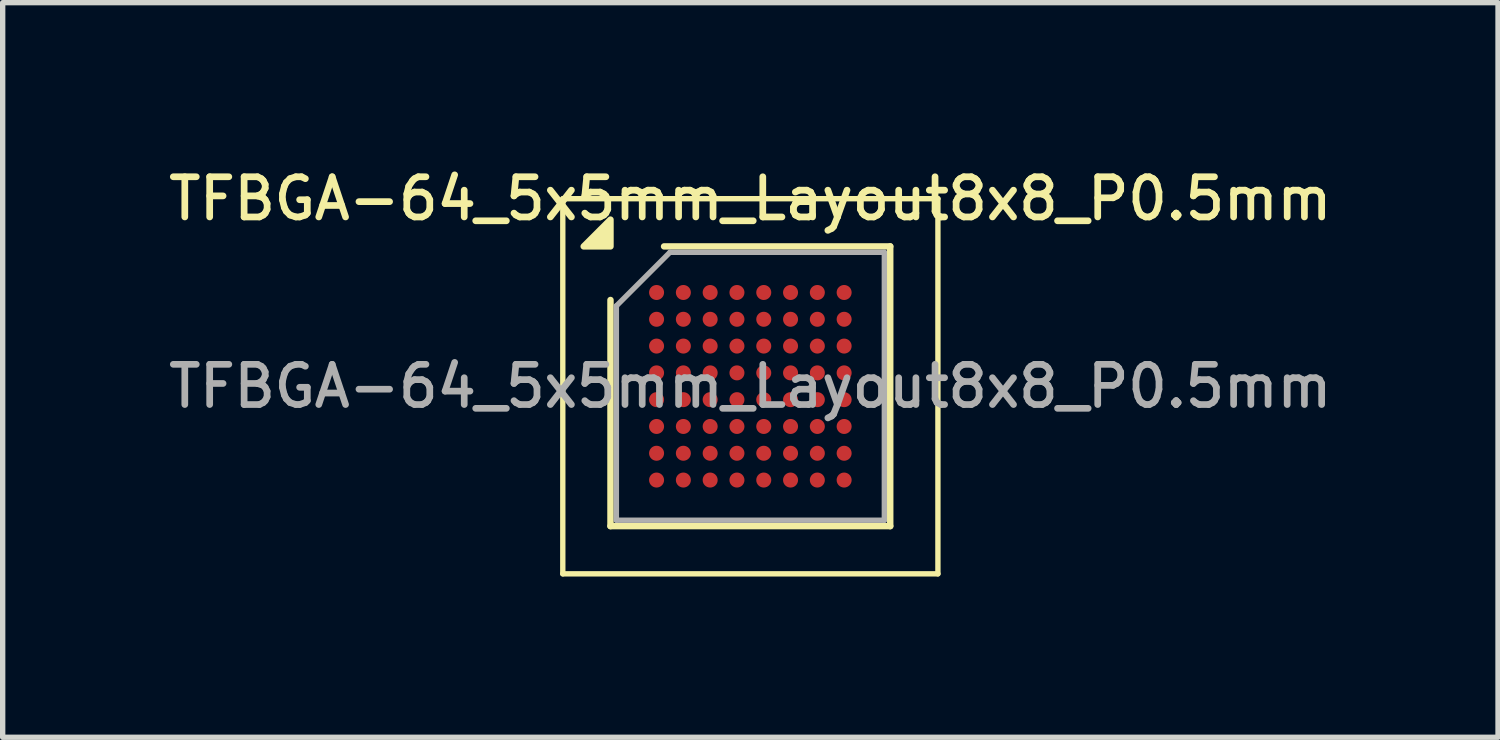
<source format=kicad_pcb>
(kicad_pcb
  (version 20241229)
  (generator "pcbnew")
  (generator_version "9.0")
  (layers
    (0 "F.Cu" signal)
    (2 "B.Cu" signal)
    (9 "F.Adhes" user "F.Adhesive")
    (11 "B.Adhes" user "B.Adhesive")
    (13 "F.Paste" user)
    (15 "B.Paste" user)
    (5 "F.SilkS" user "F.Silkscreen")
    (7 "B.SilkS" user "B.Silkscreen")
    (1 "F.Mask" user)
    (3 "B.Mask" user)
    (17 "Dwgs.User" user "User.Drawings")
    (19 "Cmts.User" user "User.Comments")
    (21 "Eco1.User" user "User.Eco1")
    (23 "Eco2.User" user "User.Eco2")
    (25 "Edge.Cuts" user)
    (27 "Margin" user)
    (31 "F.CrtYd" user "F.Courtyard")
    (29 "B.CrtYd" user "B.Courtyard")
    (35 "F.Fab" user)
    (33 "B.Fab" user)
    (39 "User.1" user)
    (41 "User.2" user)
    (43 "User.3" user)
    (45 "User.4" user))
  (footprint "TFBGA-64_5x5mm_Layout8x8_P0.5mm"
    (layer "F.Cu")
    (at 10.952 4.158)
    (property "Reference" "TFBGA-64_5x5mm_Layout8x8_P0.5mm" (at 0 -3.5 0) (layer "F.SilkS") (effects (font (size 0.75 0.75) (thickness 0.125))))
    (attr smd)
    (fp_line (start -3.5 -3.5) (end -3.5 3.5) (stroke (width 0.1) (type solid)) (layer "F.SilkS"))
    (fp_line (start -3.5 3.5) (end 3.5 3.5) (stroke (width 0.1) (type solid)) (layer "F.SilkS"))
    (fp_line (start -2.61 2.61) (end -2.61 -1.61) (stroke (width 0.12) (type solid)) (layer "F.SilkS"))
    (fp_line (start -1.61 -2.61) (end 2.61 -2.61) (stroke (width 0.12) (type solid)) (layer "F.SilkS"))
    (fp_line (start 2.61 -2.61) (end 2.61 2.61) (stroke (width 0.12) (type solid)) (layer "F.SilkS"))
    (fp_line (start 2.61 2.61) (end -2.61 2.61) (stroke (width 0.12) (type solid)) (layer "F.SilkS"))
    (fp_line (start 3.5 -3.5) (end -3.5 -3.5) (stroke (width 0.1) (type solid)) (layer "F.SilkS"))
    (fp_line (start 3.5 3.5) (end 3.5 -3.5) (stroke (width 0.1) (type solid)) (layer "F.SilkS"))
    (fp_poly (pts (xy -2.61 -2.61) (xy -3.11 -2.61) (xy -2.61 -3.11) (xy -2.61 -2.61)) (stroke (width 0.12) (type solid)) (fill yes) (layer "F.SilkS"))
    (fp_line (start -2.5 -1.5) (end -1.5 -2.5) (stroke (width 0.1) (type solid)) (layer "F.Fab"))
    (fp_line (start -2.5 2.5) (end -2.5 -1.5) (stroke (width 0.1) (type solid)) (layer "F.Fab"))
    (fp_line (start -1.5 -2.5) (end 2.5 -2.5) (stroke (width 0.1) (type solid)) (layer "F.Fab"))
    (fp_line (start 2.5 -2.5) (end 2.5 2.5) (stroke (width 0.1) (type solid)) (layer "F.Fab"))
    (fp_line (start 2.5 2.5) (end -2.5 2.5) (stroke (width 0.1) (type solid)) (layer "F.Fab"))
    (fp_text user "${REFERENCE}" (at 0 0 0) (layer "F.Fab") (effects (font (size 0.75 0.75) (thickness 0.125))))
    (pad "A1" smd circle (at -1.75 -1.75) (size 0.28 0.28) (property pad_prop_bga) (layers "F.Cu" "F.Mask" "F.Paste"))
    (pad "A2" smd circle (at -1.25 -1.75) (size 0.28 0.28) (property pad_prop_bga) (layers "F.Cu" "F.Mask" "F.Paste"))
    (pad "A3" smd circle (at -0.75 -1.75) (size 0.28 0.28) (property pad_prop_bga) (layers "F.Cu" "F.Mask" "F.Paste"))
    (pad "A4" smd circle (at -0.25 -1.75) (size 0.28 0.28) (property pad_prop_bga) (layers "F.Cu" "F.Mask" "F.Paste"))
    (pad "A5" smd circle (at 0.25 -1.75) (size 0.28 0.28) (property pad_prop_bga) (layers "F.Cu" "F.Mask" "F.Paste"))
    (pad "A6" smd circle (at 0.75 -1.75) (size 0.28 0.28) (property pad_prop_bga) (layers "F.Cu" "F.Mask" "F.Paste"))
    (pad "A7" smd circle (at 1.25 -1.75) (size 0.28 0.28) (property pad_prop_bga) (layers "F.Cu" "F.Mask" "F.Paste"))
    (pad "A8" smd circle (at 1.75 -1.75) (size 0.28 0.28) (property pad_prop_bga) (layers "F.Cu" "F.Mask" "F.Paste"))
    (pad "B1" smd circle (at -1.75 -1.25) (size 0.28 0.28) (property pad_prop_bga) (layers "F.Cu" "F.Mask" "F.Paste"))
    (pad "B2" smd circle (at -1.25 -1.25) (size 0.28 0.28) (property pad_prop_bga) (layers "F.Cu" "F.Mask" "F.Paste"))
    (pad "B3" smd circle (at -0.75 -1.25) (size 0.28 0.28) (property pad_prop_bga) (layers "F.Cu" "F.Mask" "F.Paste"))
    (pad "B4" smd circle (at -0.25 -1.25) (size 0.28 0.28) (property pad_prop_bga) (layers "F.Cu" "F.Mask" "F.Paste"))
    (pad "B5" smd circle (at 0.25 -1.25) (size 0.28 0.28) (property pad_prop_bga) (layers "F.Cu" "F.Mask" "F.Paste"))
    (pad "B6" smd circle (at 0.75 -1.25) (size 0.28 0.28) (property pad_prop_bga) (layers "F.Cu" "F.Mask" "F.Paste"))
    (pad "B7" smd circle (at 1.25 -1.25) (size 0.28 0.28) (property pad_prop_bga) (layers "F.Cu" "F.Mask" "F.Paste"))
    (pad "B8" smd circle (at 1.75 -1.25) (size 0.28 0.28) (property pad_prop_bga) (layers "F.Cu" "F.Mask" "F.Paste"))
    (pad "C1" smd circle (at -1.75 -0.75) (size 0.28 0.28) (property pad_prop_bga) (layers "F.Cu" "F.Mask" "F.Paste"))
    (pad "C2" smd circle (at -1.25 -0.75) (size 0.28 0.28) (property pad_prop_bga) (layers "F.Cu" "F.Mask" "F.Paste"))
    (pad "C3" smd circle (at -0.75 -0.75) (size 0.28 0.28) (property pad_prop_bga) (layers "F.Cu" "F.Mask" "F.Paste"))
    (pad "C4" smd circle (at -0.25 -0.75) (size 0.28 0.28) (property pad_prop_bga) (layers "F.Cu" "F.Mask" "F.Paste"))
    (pad "C5" smd circle (at 0.25 -0.75) (size 0.28 0.28) (property pad_prop_bga) (layers "F.Cu" "F.Mask" "F.Paste"))
    (pad "C6" smd circle (at 0.75 -0.75) (size 0.28 0.28) (property pad_prop_bga) (layers "F.Cu" "F.Mask" "F.Paste"))
    (pad "C7" smd circle (at 1.25 -0.75) (size 0.28 0.28) (property pad_prop_bga) (layers "F.Cu" "F.Mask" "F.Paste"))
    (pad "C8" smd circle (at 1.75 -0.75) (size 0.28 0.28) (property pad_prop_bga) (layers "F.Cu" "F.Mask" "F.Paste"))
    (pad "D1" smd circle (at -1.75 -0.25) (size 0.28 0.28) (property pad_prop_bga) (layers "F.Cu" "F.Mask" "F.Paste"))
    (pad "D2" smd circle (at -1.25 -0.25) (size 0.28 0.28) (property pad_prop_bga) (layers "F.Cu" "F.Mask" "F.Paste"))
    (pad "D3" smd circle (at -0.75 -0.25) (size 0.28 0.28) (property pad_prop_bga) (layers "F.Cu" "F.Mask" "F.Paste"))
    (pad "D4" smd circle (at -0.25 -0.25) (size 0.28 0.28) (property pad_prop_bga) (layers "F.Cu" "F.Mask" "F.Paste"))
    (pad "D5" smd circle (at 0.25 -0.25) (size 0.28 0.28) (property pad_prop_bga) (layers "F.Cu" "F.Mask" "F.Paste"))
    (pad "D6" smd circle (at 0.75 -0.25) (size 0.28 0.28) (property pad_prop_bga) (layers "F.Cu" "F.Mask" "F.Paste"))
    (pad "D7" smd circle (at 1.25 -0.25) (size 0.28 0.28) (property pad_prop_bga) (layers "F.Cu" "F.Mask" "F.Paste"))
    (pad "D8" smd circle (at 1.75 -0.25) (size 0.28 0.28) (property pad_prop_bga) (layers "F.Cu" "F.Mask" "F.Paste"))
    (pad "E1" smd circle (at -1.75 0.25) (size 0.28 0.28) (property pad_prop_bga) (layers "F.Cu" "F.Mask" "F.Paste"))
    (pad "E2" smd circle (at -1.25 0.25) (size 0.28 0.28) (property pad_prop_bga) (layers "F.Cu" "F.Mask" "F.Paste"))
    (pad "E3" smd circle (at -0.75 0.25) (size 0.28 0.28) (property pad_prop_bga) (layers "F.Cu" "F.Mask" "F.Paste"))
    (pad "E4" smd circle (at -0.25 0.25) (size 0.28 0.28) (property pad_prop_bga) (layers "F.Cu" "F.Mask" "F.Paste"))
    (pad "E5" smd circle (at 0.25 0.25) (size 0.28 0.28) (property pad_prop_bga) (layers "F.Cu" "F.Mask" "F.Paste"))
    (pad "E6" smd circle (at 0.75 0.25) (size 0.28 0.28) (property pad_prop_bga) (layers "F.Cu" "F.Mask" "F.Paste"))
    (pad "E7" smd circle (at 1.25 0.25) (size 0.28 0.28) (property pad_prop_bga) (layers "F.Cu" "F.Mask" "F.Paste"))
    (pad "E8" smd circle (at 1.75 0.25) (size 0.28 0.28) (property pad_prop_bga) (layers "F.Cu" "F.Mask" "F.Paste"))
    (pad "F1" smd circle (at -1.75 0.75) (size 0.28 0.28) (property pad_prop_bga) (layers "F.Cu" "F.Mask" "F.Paste"))
    (pad "F2" smd circle (at -1.25 0.75) (size 0.28 0.28) (property pad_prop_bga) (layers "F.Cu" "F.Mask" "F.Paste"))
    (pad "F3" smd circle (at -0.75 0.75) (size 0.28 0.28) (property pad_prop_bga) (layers "F.Cu" "F.Mask" "F.Paste"))
    (pad "F4" smd circle (at -0.25 0.75) (size 0.28 0.28) (property pad_prop_bga) (layers "F.Cu" "F.Mask" "F.Paste"))
    (pad "F5" smd circle (at 0.25 0.75) (size 0.28 0.28) (property pad_prop_bga) (layers "F.Cu" "F.Mask" "F.Paste"))
    (pad "F6" smd circle (at 0.75 0.75) (size 0.28 0.28) (property pad_prop_bga) (layers "F.Cu" "F.Mask" "F.Paste"))
    (pad "F7" smd circle (at 1.25 0.75) (size 0.28 0.28) (property pad_prop_bga) (layers "F.Cu" "F.Mask" "F.Paste"))
    (pad "F8" smd circle (at 1.75 0.75) (size 0.28 0.28) (property pad_prop_bga) (layers "F.Cu" "F.Mask" "F.Paste"))
    (pad "G1" smd circle (at -1.75 1.25) (size 0.28 0.28) (property pad_prop_bga) (layers "F.Cu" "F.Mask" "F.Paste"))
    (pad "G2" smd circle (at -1.25 1.25) (size 0.28 0.28) (property pad_prop_bga) (layers "F.Cu" "F.Mask" "F.Paste"))
    (pad "G3" smd circle (at -0.75 1.25) (size 0.28 0.28) (property pad_prop_bga) (layers "F.Cu" "F.Mask" "F.Paste"))
    (pad "G4" smd circle (at -0.25 1.25) (size 0.28 0.28) (property pad_prop_bga) (layers "F.Cu" "F.Mask" "F.Paste"))
    (pad "G5" smd circle (at 0.25 1.25) (size 0.28 0.28) (property pad_prop_bga) (layers "F.Cu" "F.Mask" "F.Paste"))
    (pad "G6" smd circle (at 0.75 1.25) (size 0.28 0.28) (property pad_prop_bga) (layers "F.Cu" "F.Mask" "F.Paste"))
    (pad "G7" smd circle (at 1.25 1.25) (size 0.28 0.28) (property pad_prop_bga) (layers "F.Cu" "F.Mask" "F.Paste"))
    (pad "G8" smd circle (at 1.75 1.25) (size 0.28 0.28) (property pad_prop_bga) (layers "F.Cu" "F.Mask" "F.Paste"))
    (pad "H1" smd circle (at -1.75 1.75) (size 0.28 0.28) (property pad_prop_bga) (layers "F.Cu" "F.Mask" "F.Paste"))
    (pad "H2" smd circle (at -1.25 1.75) (size 0.28 0.28) (property pad_prop_bga) (layers "F.Cu" "F.Mask" "F.Paste"))
    (pad "H3" smd circle (at -0.75 1.75) (size 0.28 0.28) (property pad_prop_bga) (layers "F.Cu" "F.Mask" "F.Paste"))
    (pad "H4" smd circle (at -0.25 1.75) (size 0.28 0.28) (property pad_prop_bga) (layers "F.Cu" "F.Mask" "F.Paste"))
    (pad "H5" smd circle (at 0.25 1.75) (size 0.28 0.28) (property pad_prop_bga) (layers "F.Cu" "F.Mask" "F.Paste"))
    (pad "H6" smd circle (at 0.75 1.75) (size 0.28 0.28) (property pad_prop_bga) (layers "F.Cu" "F.Mask" "F.Paste"))
    (pad "H7" smd circle (at 1.25 1.75) (size 0.28 0.28) (property pad_prop_bga) (layers "F.Cu" "F.Mask" "F.Paste"))
    (pad "H8" smd circle (at 1.75 1.75) (size 0.28 0.28) (property pad_prop_bga) (layers "F.Cu" "F.Mask" "F.Paste")))
  (gr_rect
    (start -3 -3)
    (end 24.904 10.708)
    (stroke (width 0.1) (type default))
    (fill no)
    (layer "Edge.Cuts")))
</source>
